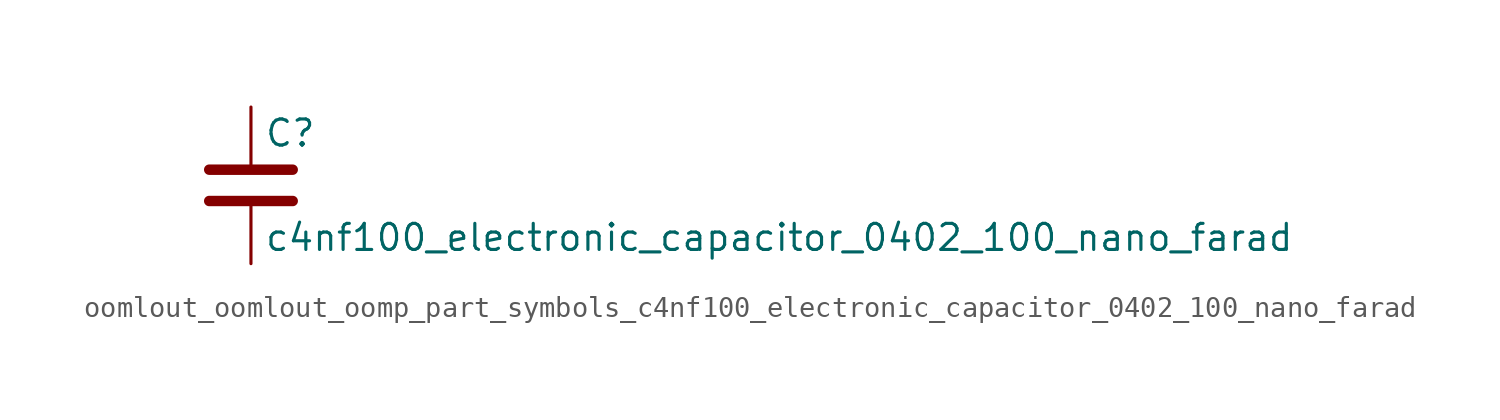
<source format=kicad_sym>
(kicad_symbol_lib
  (version 20220914)
  (generator kicad_symbol_editor)
  (symbol "oomlout_oomlout_oomp_part_symbols_c4nf100_electronic_capacitor_0402_100_nano_farad"
    (pin_numbers hide)
    (pin_names
      (offset 0.254))
    (property "Reference" "C"
      (at 0.635 2.54 0)
      (effects (font (size 1.27 1.27)) (justify left)))
    (property "Value" "c4nf100_electronic_capacitor_0402_100_nano_farad"
      (at 0.635 -2.54 0)
      (effects (font (size 1.27 1.27)) (justify left)))
    (symbol "oomlout_oomlout_oomp_part_symbols_c4nf100_electronic_capacitor_0402_100_nano_farad_0_1"
      (polyline (pts (xy -2.032 -0.762) (xy 2.032 -0.762)) (stroke (width 0.508) (type default)) (fill (type none)))
      (polyline (pts (xy -2.032 0.762) (xy 2.032 0.762)) (stroke (width 0.508) (type default)) (fill (type none))))
    (symbol "oomlout_oomlout_oomp_part_symbols_c4nf100_electronic_capacitor_0402_100_nano_farad_1_1"
      (pin passive line (at 0 3.81 270) (length 2.794) (name "~" (effects (font (size 1.27 1.27)))) (number "1" (effects (font (size 1.27 1.27)))))
      (pin passive line (at 0 -3.81 90) (length 2.794) (name "~" (effects (font (size 1.27 1.27)))) (number "2" (effects (font (size 1.27 1.27))))))))
</source>
